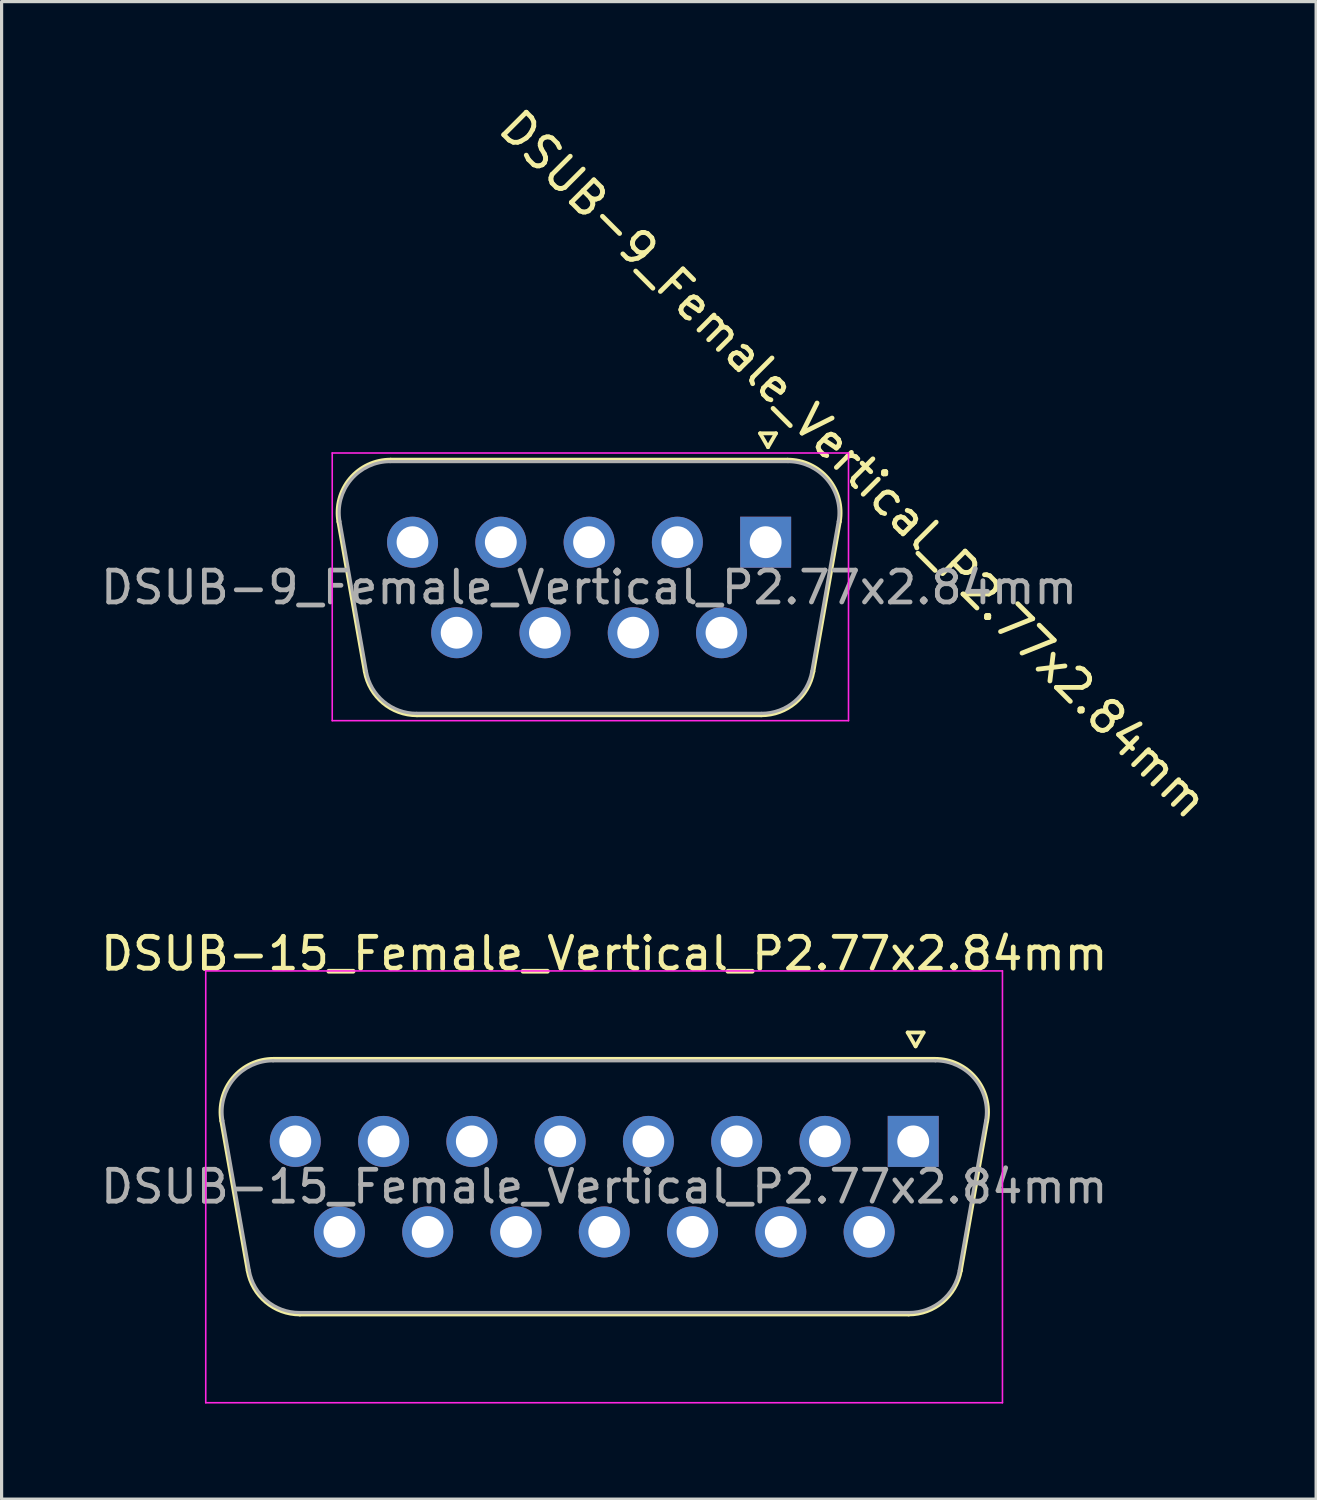
<source format=kicad_pcb>
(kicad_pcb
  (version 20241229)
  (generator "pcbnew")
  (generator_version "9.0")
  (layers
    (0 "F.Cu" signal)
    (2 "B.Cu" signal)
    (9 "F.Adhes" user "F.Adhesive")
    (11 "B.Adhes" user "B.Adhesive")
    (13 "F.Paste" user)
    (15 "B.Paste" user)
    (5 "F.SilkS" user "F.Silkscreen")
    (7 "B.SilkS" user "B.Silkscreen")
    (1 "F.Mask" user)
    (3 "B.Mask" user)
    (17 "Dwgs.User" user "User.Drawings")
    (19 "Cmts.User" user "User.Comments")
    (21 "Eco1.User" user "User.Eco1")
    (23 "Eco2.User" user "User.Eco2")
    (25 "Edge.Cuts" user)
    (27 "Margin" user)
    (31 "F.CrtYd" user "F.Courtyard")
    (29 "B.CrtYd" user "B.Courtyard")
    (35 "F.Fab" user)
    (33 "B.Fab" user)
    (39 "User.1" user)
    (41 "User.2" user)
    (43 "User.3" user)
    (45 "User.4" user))
  (footprint "DSUB-15_Female_Vertical_P2.77x2.84mm"
    (layer "F.Cu")
    (at 25.606 32.766)
    (property "Reference" "DSUB-15_Female_Vertical_P2.77x2.84mm" (at -9.695 -5.89 0) (layer "F.SilkS") (effects (font (size 1 1) (thickness 0.15))))
    (attr through_hole)
    (fp_line (start -21.711 -0.642) (end -20.883 4.058) (stroke (width 0.12) (type solid)) (layer "F.SilkS"))
    (fp_line (start -20.077 -2.59) (end 0.687 -2.59) (stroke (width 0.12) (type solid)) (layer "F.SilkS"))
    (fp_line (start -19.248 5.43) (end -0.142 5.43) (stroke (width 0.12) (type solid)) (layer "F.SilkS"))
    (fp_line (start -0.175 -3.417) (end 0.325 -3.417) (stroke (width 0.12) (type solid)) (layer "F.SilkS"))
    (fp_line (start 0.075 -2.983) (end -0.175 -3.417) (stroke (width 0.12) (type solid)) (layer "F.SilkS"))
    (fp_line (start 0.325 -3.417) (end 0.075 -2.983) (stroke (width 0.12) (type solid)) (layer "F.SilkS"))
    (fp_line (start 2.321 -0.642) (end 1.493 4.058) (stroke (width 0.12) (type solid)) (layer "F.SilkS"))
    (fp_arc (start -21.71147 -0.641744) (mid -21.348323 -1.997028) (end -20.076689 -2.59) (stroke (width 0.12) (type solid)) (layer "F.SilkS"))
    (fp_arc (start -19.247952 5.43) (mid -20.31498 5.041634) (end -20.882733 4.058256) (stroke (width 0.12) (type solid)) (layer "F.SilkS"))
    (fp_arc (start 0.686689 -2.59) (mid 1.958324 -1.997028) (end 2.32147 -0.641744) (stroke (width 0.12) (type solid)) (layer "F.SilkS"))
    (fp_arc (start 1.492733 4.058256) (mid 0.92498 5.041634) (end -0.142048 5.43) (stroke (width 0.12) (type solid)) (layer "F.SilkS"))
    (fp_line (start -22.2 -5.35) (end -22.2 8.2) (stroke (width 0.05) (type solid)) (layer "F.CrtYd"))
    (fp_line (start -22.2 8.2) (end 2.8 8.2) (stroke (width 0.05) (type solid)) (layer "F.CrtYd"))
    (fp_line (start 2.8 -5.35) (end -22.2 -5.35) (stroke (width 0.05) (type solid)) (layer "F.CrtYd"))
    (fp_line (start 2.8 8.2) (end 2.8 -5.35) (stroke (width 0.05) (type solid)) (layer "F.CrtYd"))
    (fp_line (start -21.664 -0.652) (end -20.835 4.048) (stroke (width 0.1) (type solid)) (layer "F.Fab"))
    (fp_line (start -20.088 -2.53) (end 0.698 -2.53) (stroke (width 0.1) (type solid)) (layer "F.Fab"))
    (fp_line (start -19.259 5.37) (end -0.131 5.37) (stroke (width 0.1) (type solid)) (layer "F.Fab"))
    (fp_line (start 2.274 -0.652) (end 1.445 4.048) (stroke (width 0.1) (type solid)) (layer "F.Fab"))
    (fp_arc (start -21.663886 -0.652163) (mid -21.313865 -1.95846) (end -20.088194 -2.53) (stroke (width 0.1) (type solid)) (layer "F.Fab"))
    (fp_arc (start -19.259457 5.37) (mid -20.287917 4.995671) (end -20.835149 4.047837) (stroke (width 0.1) (type solid)) (layer "F.Fab"))
    (fp_arc (start 0.698194 -2.53) (mid 1.923865 -1.95846) (end 2.273886 -0.652163) (stroke (width 0.1) (type solid)) (layer "F.Fab"))
    (fp_arc (start 1.445149 4.047837) (mid 0.897917 4.995671) (end -0.130543 5.37) (stroke (width 0.1) (type solid)) (layer "F.Fab"))
    (fp_text user "${REFERENCE}" (at -9.695 1.42 0) (layer "F.Fab") (effects (font (size 1 1) (thickness 0.15))))
    (pad "1" thru_hole rect (at 0 0) (size 1.6 1.6) (drill 1) (layers "*.Cu" "*.Mask"))
    (pad "2" thru_hole circle (at -2.77 0) (size 1.6 1.6) (drill 1) (layers "*.Cu" "*.Mask"))
    (pad "3" thru_hole circle (at -5.54 0) (size 1.6 1.6) (drill 1) (layers "*.Cu" "*.Mask"))
    (pad "4" thru_hole circle (at -8.31 0) (size 1.6 1.6) (drill 1) (layers "*.Cu" "*.Mask"))
    (pad "5" thru_hole circle (at -11.08 0) (size 1.6 1.6) (drill 1) (layers "*.Cu" "*.Mask"))
    (pad "6" thru_hole circle (at -13.85 0) (size 1.6 1.6) (drill 1) (layers "*.Cu" "*.Mask"))
    (pad "7" thru_hole circle (at -16.62 0) (size 1.6 1.6) (drill 1) (layers "*.Cu" "*.Mask"))
    (pad "8" thru_hole circle (at -19.39 0) (size 1.6 1.6) (drill 1) (layers "*.Cu" "*.Mask"))
    (pad "9" thru_hole circle (at -1.385 2.84) (size 1.6 1.6) (drill 1) (layers "*.Cu" "*.Mask"))
    (pad "10" thru_hole circle (at -4.155 2.84) (size 1.6 1.6) (drill 1) (layers "*.Cu" "*.Mask"))
    (pad "11" thru_hole circle (at -6.925 2.84) (size 1.6 1.6) (drill 1) (layers "*.Cu" "*.Mask"))
    (pad "12" thru_hole circle (at -9.695 2.84) (size 1.6 1.6) (drill 1) (layers "*.Cu" "*.Mask"))
    (pad "13" thru_hole circle (at -12.465 2.84) (size 1.6 1.6) (drill 1) (layers "*.Cu" "*.Mask"))
    (pad "14" thru_hole circle (at -15.235 2.84) (size 1.6 1.6) (drill 1) (layers "*.Cu" "*.Mask"))
    (pad "15" thru_hole circle (at -18.005 2.84) (size 1.6 1.6) (drill 1) (layers "*.Cu" "*.Mask")))
  (footprint "DSUB-9_Female_Vertical_P2.77x2.84mm"
    (layer "F.Cu")
    (at 20.975 13.964)
    (property "Reference" "DSUB-9_Female_Vertical_P2.77x2.84mm" (at 2.76 -2.45 135) (layer "F.SilkS") (effects (font (size 1 1) (thickness 0.15))))
    (attr through_hole)
    (fp_line (start -13.406 -0.642) (end -12.578 4.058) (stroke (width 0.12) (type solid)) (layer "F.SilkS"))
    (fp_line (start -11.772 -2.59) (end 0.692 -2.59) (stroke (width 0.12) (type solid)) (layer "F.SilkS"))
    (fp_line (start -10.943 5.43) (end -0.137 5.43) (stroke (width 0.12) (type solid)) (layer "F.SilkS"))
    (fp_line (start -0.175 -3.417) (end 0.325 -3.417) (stroke (width 0.12) (type solid)) (layer "F.SilkS"))
    (fp_line (start 0.075 -2.983) (end -0.175 -3.417) (stroke (width 0.12) (type solid)) (layer "F.SilkS"))
    (fp_line (start 0.325 -3.417) (end 0.075 -2.983) (stroke (width 0.12) (type solid)) (layer "F.SilkS"))
    (fp_line (start 2.326 -0.642) (end 1.498 4.058) (stroke (width 0.12) (type solid)) (layer "F.SilkS"))
    (fp_arc (start -13.40647 -0.641744) (mid -13.043323 -1.997028) (end -11.771689 -2.59) (stroke (width 0.12) (type solid)) (layer "F.SilkS"))
    (fp_arc (start -10.942952 5.43) (mid -12.00998 5.041634) (end -12.577733 4.058256) (stroke (width 0.12) (type solid)) (layer "F.SilkS"))
    (fp_arc (start 0.691689 -2.59) (mid 1.963324 -1.997028) (end 2.32647 -0.641744) (stroke (width 0.12) (type solid)) (layer "F.SilkS"))
    (fp_arc (start 1.497733 4.058256) (mid 0.92998 5.041634) (end -0.137048 5.43) (stroke (width 0.12) (type solid)) (layer "F.SilkS"))
    (fp_line (start -13.6 -2.8) (end -13.6 5.6) (stroke (width 0.05) (type solid)) (layer "F.CrtYd"))
    (fp_line (start -13.6 5.6) (end 2.6 5.6) (stroke (width 0.05) (type solid)) (layer "F.CrtYd"))
    (fp_line (start 2.6 -2.8) (end -13.6 -2.8) (stroke (width 0.05) (type solid)) (layer "F.CrtYd"))
    (fp_line (start 2.6 5.6) (end 2.6 -2.8) (stroke (width 0.05) (type solid)) (layer "F.CrtYd"))
    (fp_line (start -13.359 -0.652) (end -12.53 4.048) (stroke (width 0.1) (type solid)) (layer "F.Fab"))
    (fp_line (start -11.783 -2.53) (end 0.703 -2.53) (stroke (width 0.1) (type solid)) (layer "F.Fab"))
    (fp_line (start -10.954 5.37) (end -0.126 5.37) (stroke (width 0.1) (type solid)) (layer "F.Fab"))
    (fp_line (start 2.279 -0.652) (end 1.45 4.048) (stroke (width 0.1) (type solid)) (layer "F.Fab"))
    (fp_arc (start -13.358886 -0.652163) (mid -13.008865 -1.95846) (end -11.783194 -2.53) (stroke (width 0.1) (type solid)) (layer "F.Fab"))
    (fp_arc (start -10.954457 5.37) (mid -11.982917 4.995671) (end -12.530149 4.047837) (stroke (width 0.1) (type solid)) (layer "F.Fab"))
    (fp_arc (start 0.703194 -2.53) (mid 1.928865 -1.95846) (end 2.278886 -0.652163) (stroke (width 0.1) (type solid)) (layer "F.Fab"))
    (fp_arc (start 1.450149 4.047837) (mid 0.902917 4.995671) (end -0.125543 5.37) (stroke (width 0.1) (type solid)) (layer "F.Fab"))
    (fp_text user "${REFERENCE}" (at -5.54 1.42 180) (layer "F.Fab") (effects (font (size 1 1) (thickness 0.15))))
    (pad "1" thru_hole rect (at 0 0) (size 1.6 1.6) (drill 1) (layers "*.Cu" "*.Mask"))
    (pad "2" thru_hole circle (at -2.77 0) (size 1.6 1.6) (drill 1) (layers "*.Cu" "*.Mask"))
    (pad "3" thru_hole circle (at -5.54 0) (size 1.6 1.6) (drill 1) (layers "*.Cu" "*.Mask"))
    (pad "4" thru_hole circle (at -8.31 0) (size 1.6 1.6) (drill 1) (layers "*.Cu" "*.Mask"))
    (pad "5" thru_hole circle (at -11.08 0) (size 1.6 1.6) (drill 1) (layers "*.Cu" "*.Mask"))
    (pad "6" thru_hole circle (at -1.385 2.84) (size 1.6 1.6) (drill 1) (layers "*.Cu" "*.Mask"))
    (pad "7" thru_hole circle (at -4.155 2.84) (size 1.6 1.6) (drill 1) (layers "*.Cu" "*.Mask"))
    (pad "8" thru_hole circle (at -6.925 2.84) (size 1.6 1.6) (drill 1) (layers "*.Cu" "*.Mask"))
    (pad "9" thru_hole circle (at -9.695 2.84) (size 1.6 1.6) (drill 1) (layers "*.Cu" "*.Mask")))
  (gr_rect
    (start -3 -3)
    (end 38.248 43.991)
    (stroke (width 0.1) (type default))
    (fill no)
    (layer "Edge.Cuts")))
</source>
